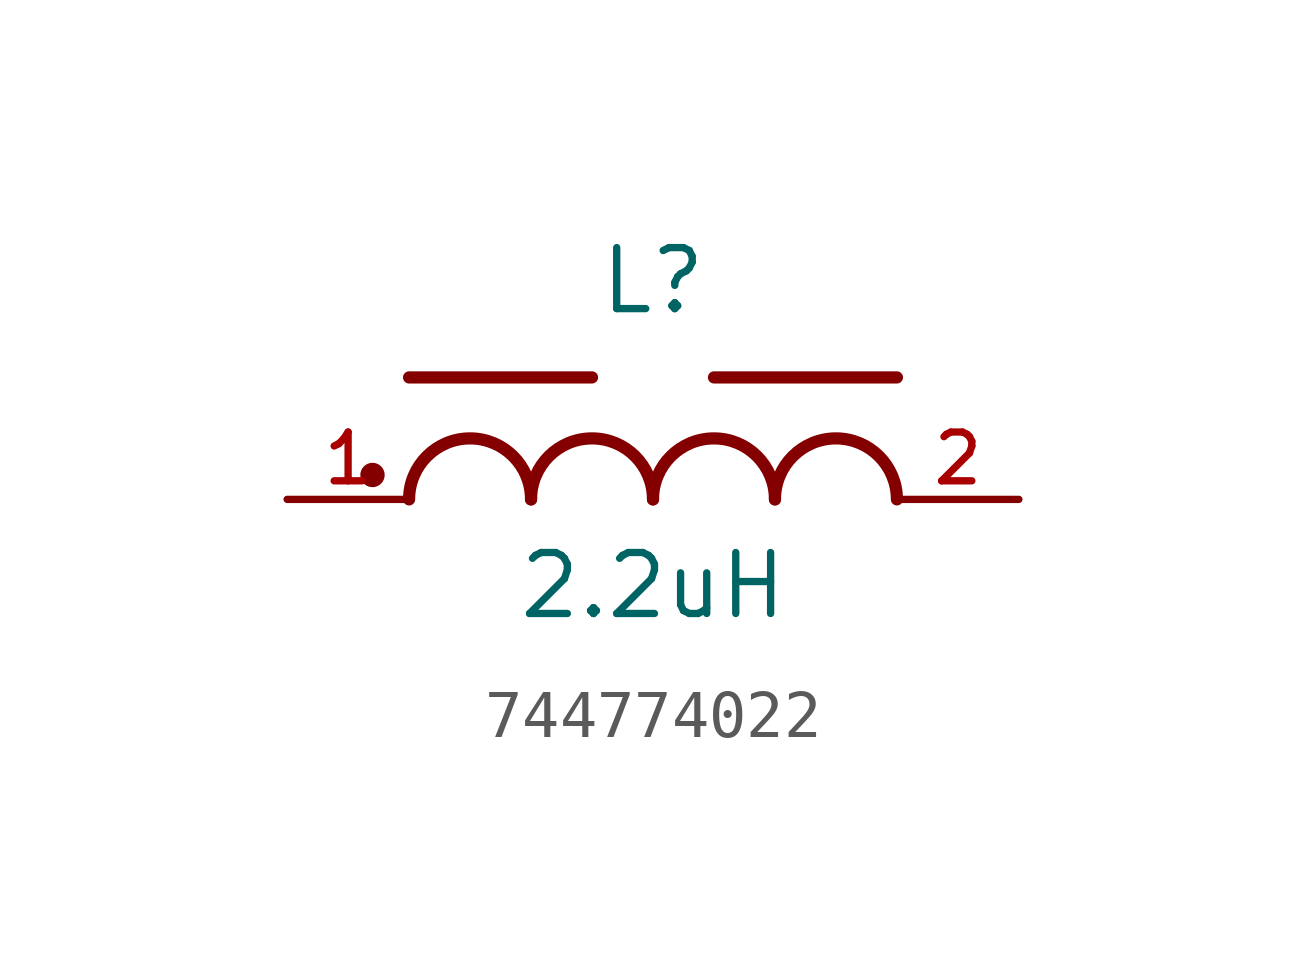
<source format=kicad_sym>
(kicad_symbol_lib
  (version 20231120)
  (generator "kicad_symbol_editor")
  (generator_version "8.0")
  (symbol "744774022"
    (pin_names
      (offset 1.016))
    (property "Reference" "L"
      (at 0 3.81 0)
      (effects (font (size 1.27 1.27)) (justify bottom)))
    (property "Value" "2.2uH"
      (at 0 -2.54 0)
      (effects (font (size 1.27 1.27)) (justify bottom)))
    (symbol "744774022_0_0"
      (circle (center -5.842 0.508) (radius 0.127) (stroke (width 0.254) (type default)) (fill (type none)))
      (arc (start -2.54 0) (mid -3.81 1.2645) (end -5.08 0) (stroke (width 0.254) (type default)) (fill (type none)))
      (arc (start 0 0) (mid -1.27 1.2645) (end -2.54 0) (stroke (width 0.254) (type default)) (fill (type none)))
      (polyline (pts (xy -1.27 2.54) (xy -5.08 2.54)) (stroke (width 0.254) (type default)) (fill (type none)))
      (polyline (pts (xy 5.08 2.54) (xy 1.27 2.54)) (stroke (width 0.254) (type default)) (fill (type none)))
      (arc (start 2.54 0) (mid 1.27 1.2645) (end 0 0) (stroke (width 0.254) (type default)) (fill (type none)))
      (arc (start 5.08 0) (mid 3.81 1.2645) (end 2.54 0) (stroke (width 0.254) (type default)) (fill (type none)))
      (pin passive line (at -7.62 0 0) (length 2.54) (name "~" (effects (font (size 1.016 1.016)))) (number "1" (effects (font (size 1.016 1.016)))))
      (pin passive line (at 7.62 0 180) (length 2.54) (name "~" (effects (font (size 1.016 1.016)))) (number "2" (effects (font (size 1.016 1.016))))))))
</source>
